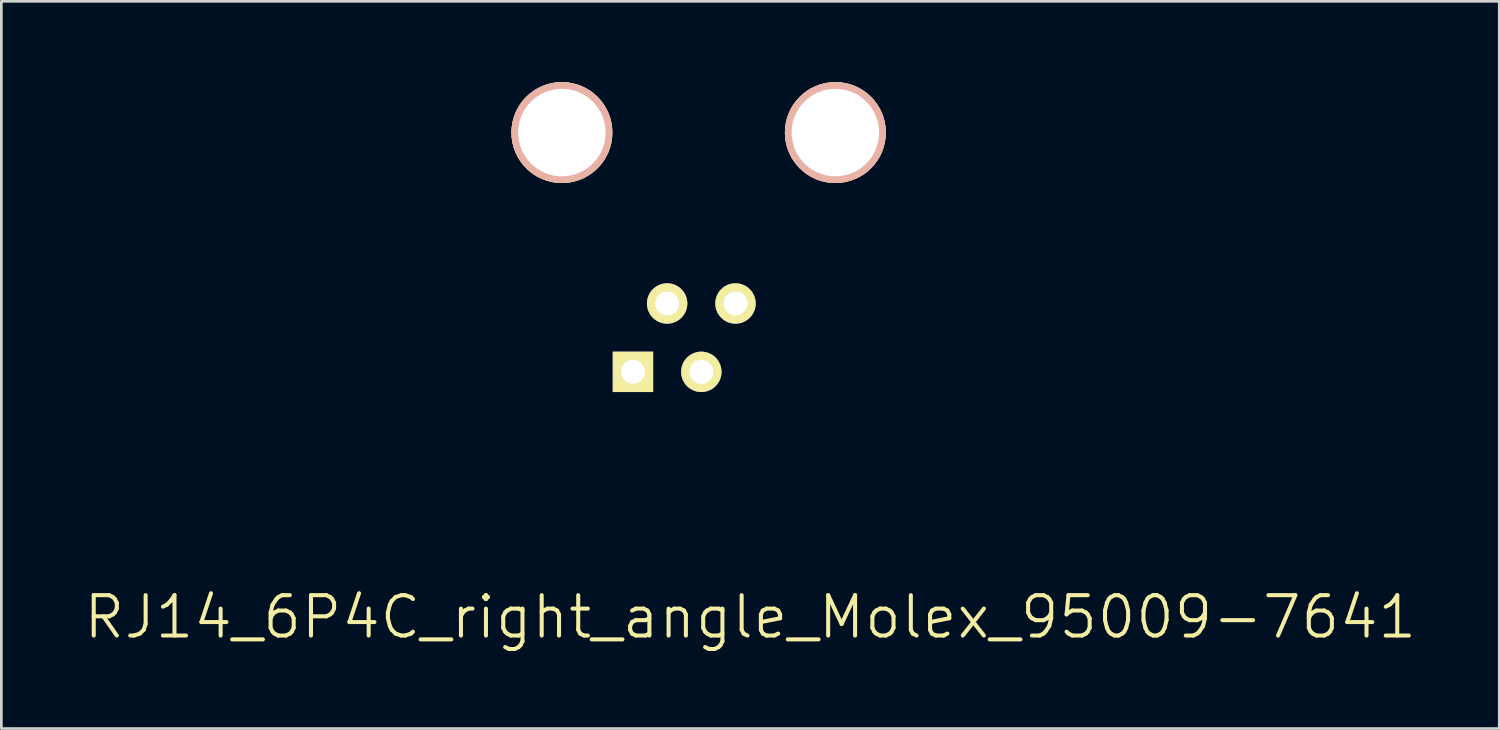
<source format=kicad_pcb>
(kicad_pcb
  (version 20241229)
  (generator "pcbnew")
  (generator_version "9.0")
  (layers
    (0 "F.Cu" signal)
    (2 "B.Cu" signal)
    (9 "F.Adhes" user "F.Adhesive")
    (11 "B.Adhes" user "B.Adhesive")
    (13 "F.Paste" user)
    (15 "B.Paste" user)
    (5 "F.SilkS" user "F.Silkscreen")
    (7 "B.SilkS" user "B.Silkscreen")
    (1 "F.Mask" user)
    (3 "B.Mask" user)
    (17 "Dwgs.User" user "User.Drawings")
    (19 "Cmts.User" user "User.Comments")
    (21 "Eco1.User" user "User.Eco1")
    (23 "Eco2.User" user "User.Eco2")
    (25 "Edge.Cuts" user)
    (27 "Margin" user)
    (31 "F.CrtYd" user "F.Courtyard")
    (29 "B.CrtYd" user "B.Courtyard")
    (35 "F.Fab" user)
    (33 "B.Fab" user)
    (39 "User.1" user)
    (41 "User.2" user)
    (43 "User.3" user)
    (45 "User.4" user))
  (footprint "RJ14_6P4C_right_angle_Molex_95009-7641"
    (layer "F.Cu")
    (at 17.825 1.875)
    (property "Reference" "RJ14_6P4C_right_angle_Molex_95009-7641" (at 7 18 0) (layer "F.SilkS") (effects (font (size 1.5 1.5) (thickness 0.15))))
    (attr through_hole)
    (pad "" np_thru_hole circle (at 0 0) (size 3.75 3.75) (drill 3.25) (layers "*.Cu" "*.SilkS" "*.Mask"))
    (pad "" np_thru_hole circle (at 10.16 0) (size 3.75 3.75) (drill 3.25) (layers "*.Cu" "*.SilkS" "*.Mask"))
    (pad "1" thru_hole rect (at 2.64 8.89) (size 1.5 1.5) (drill 0.89) (layers "*.Cu" "*.Mask" "F.SilkS"))
    (pad "2" thru_hole circle (at 3.91 6.35) (size 1.5 1.5) (drill 0.89) (layers "*.Cu" "*.Mask" "F.SilkS"))
    (pad "3" thru_hole circle (at 5.18 8.89) (size 1.5 1.5) (drill 0.89) (layers "*.Cu" "*.Mask" "F.SilkS"))
    (pad "4" thru_hole circle (at 6.45 6.35) (size 1.5 1.5) (drill 0.89) (layers "*.Cu" "*.Mask" "F.SilkS")))
  (gr_rect
    (start -3 -3)
    (end 52.65 24.016)
    (stroke (width 0.1) (type default))
    (fill no)
    (layer "Edge.Cuts")))
</source>
